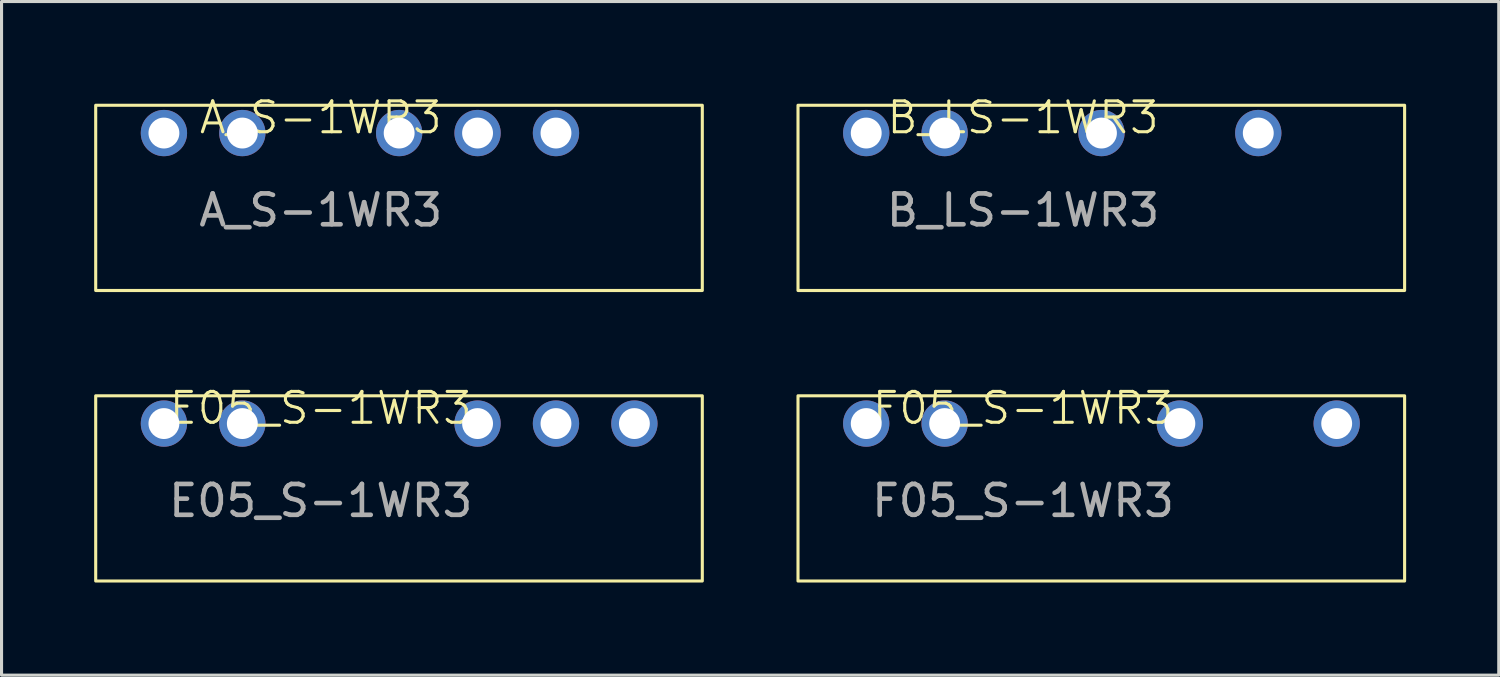
<source format=kicad_pcb>
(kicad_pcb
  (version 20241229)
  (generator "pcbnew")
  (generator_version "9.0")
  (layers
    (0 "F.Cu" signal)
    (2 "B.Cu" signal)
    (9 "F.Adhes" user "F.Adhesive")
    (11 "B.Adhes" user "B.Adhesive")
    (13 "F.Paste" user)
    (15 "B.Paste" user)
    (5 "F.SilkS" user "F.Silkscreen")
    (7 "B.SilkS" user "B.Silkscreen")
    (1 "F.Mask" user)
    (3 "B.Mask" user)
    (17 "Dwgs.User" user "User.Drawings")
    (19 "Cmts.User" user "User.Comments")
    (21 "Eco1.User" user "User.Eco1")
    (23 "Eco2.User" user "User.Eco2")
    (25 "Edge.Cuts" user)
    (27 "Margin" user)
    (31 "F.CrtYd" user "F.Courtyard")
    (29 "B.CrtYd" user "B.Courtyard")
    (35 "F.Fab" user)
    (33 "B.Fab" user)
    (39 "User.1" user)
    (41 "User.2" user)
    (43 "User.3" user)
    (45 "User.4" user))
  (footprint "A_S-1WR3"
    (layer "F.Cu")
    (at 7.34 1.26)
    (property "Reference" "A_S-1WR3" (at 0 -0.5 0) (unlocked yes) (layer "F.SilkS") (effects (font (size 1 1) (thickness 0.1))))
    (attr through_hole)
    (fp_rect (start -7.29 -0.9) (end 12.36 5.1) (stroke (width 0.1) (type default)) (fill no) (layer "F.SilkS"))
    (fp_text user "${REFERENCE}" (at 0 2.5 0) (unlocked yes) (layer "F.Fab") (effects (font (size 1 1) (thickness 0.15))))
    (pad "1" thru_hole circle (at -5.08 0) (size 1.5 1.5) (drill 1) (layers "*.Cu" "*.Mask"))
    (pad "2" thru_hole circle (at -2.54 0) (size 1.5 1.5) (drill 1) (layers "*.Cu" "*.Mask"))
    (pad "4" thru_hole circle (at 2.54 0) (size 1.5 1.5) (drill 1) (layers "*.Cu" "*.Mask"))
    (pad "5" thru_hole circle (at 5.08 0) (size 1.5 1.5) (drill 1) (layers "*.Cu" "*.Mask"))
    (pad "6" thru_hole circle (at 7.62 0) (size 1.5 1.5) (drill 1) (layers "*.Cu" "*.Mask")))
  (footprint "E05_S-1WR3"
    (layer "F.Cu")
    (at 7.34 10.671)
    (property "Reference" "E05_S-1WR3" (at 0 -0.5 0) (unlocked yes) (layer "F.SilkS") (effects (font (size 1 1) (thickness 0.1))))
    (attr through_hole)
    (fp_rect (start -7.29 -0.9) (end 12.36 5.1) (stroke (width 0.1) (type default)) (fill no) (layer "F.SilkS"))
    (fp_text user "${REFERENCE}" (at 0 2.5 0) (unlocked yes) (layer "F.Fab") (effects (font (size 1 1) (thickness 0.15))))
    (pad "1" thru_hole circle (at -5.08 0) (size 1.5 1.5) (drill 1) (layers "*.Cu" "*.Mask"))
    (pad "2" thru_hole circle (at -2.54 0) (size 1.5 1.5) (drill 1) (layers "*.Cu" "*.Mask"))
    (pad "5" thru_hole circle (at 5.08 0) (size 1.5 1.5) (drill 1) (layers "*.Cu" "*.Mask"))
    (pad "6" thru_hole circle (at 7.62 0) (size 1.5 1.5) (drill 1) (layers "*.Cu" "*.Mask"))
    (pad "7" thru_hole circle (at 10.16 0) (size 1.5 1.5) (drill 1) (layers "*.Cu" "*.Mask")))
  (footprint "B_LS-1WR3"
    (layer "F.Cu")
    (at 30.09 1.26)
    (property "Reference" "B_LS-1WR3" (at 0 -0.5 0) (unlocked yes) (layer "F.SilkS") (effects (font (size 1 1) (thickness 0.1))))
    (attr through_hole)
    (fp_rect (start -7.29 -0.9) (end 12.36 5.1) (stroke (width 0.1) (type default)) (fill no) (layer "F.SilkS"))
    (fp_text user "${REFERENCE}" (at 0 2.5 0) (unlocked yes) (layer "F.Fab") (effects (font (size 1 1) (thickness 0.15))))
    (pad "1" thru_hole circle (at -5.08 0) (size 1.5 1.5) (drill 1) (layers "*.Cu" "*.Mask"))
    (pad "2" thru_hole circle (at -2.54 0) (size 1.5 1.5) (drill 1) (layers "*.Cu" "*.Mask"))
    (pad "4" thru_hole circle (at 2.54 0) (size 1.5 1.5) (drill 1) (layers "*.Cu" "*.Mask"))
    (pad "6" thru_hole circle (at 7.62 0) (size 1.5 1.5) (drill 1) (layers "*.Cu" "*.Mask")))
  (footprint "F05_S-1WR3"
    (layer "F.Cu")
    (at 30.09 10.671)
    (property "Reference" "F05_S-1WR3" (at 0 -0.5 0) (unlocked yes) (layer "F.SilkS") (effects (font (size 1 1) (thickness 0.1))))
    (attr through_hole)
    (fp_rect (start -7.29 -0.9) (end 12.36 5.1) (stroke (width 0.1) (type default)) (fill no) (layer "F.SilkS"))
    (fp_text user "${REFERENCE}" (at 0 2.5 0) (unlocked yes) (layer "F.Fab") (effects (font (size 1 1) (thickness 0.15))))
    (pad "1" thru_hole circle (at -5.08 0) (size 1.5 1.5) (drill 1) (layers "*.Cu" "*.Mask"))
    (pad "2" thru_hole circle (at -2.54 0) (size 1.5 1.5) (drill 1) (layers "*.Cu" "*.Mask"))
    (pad "5" thru_hole circle (at 5.08 0) (size 1.5 1.5) (drill 1) (layers "*.Cu" "*.Mask"))
    (pad "7" thru_hole circle (at 10.16 0) (size 1.5 1.5) (drill 1) (layers "*.Cu" "*.Mask")))
  (gr_rect
    (start -3 -3)
    (end 45.5 18.821)
    (stroke (width 0.1) (type default))
    (fill no)
    (layer "Edge.Cuts")))
</source>
